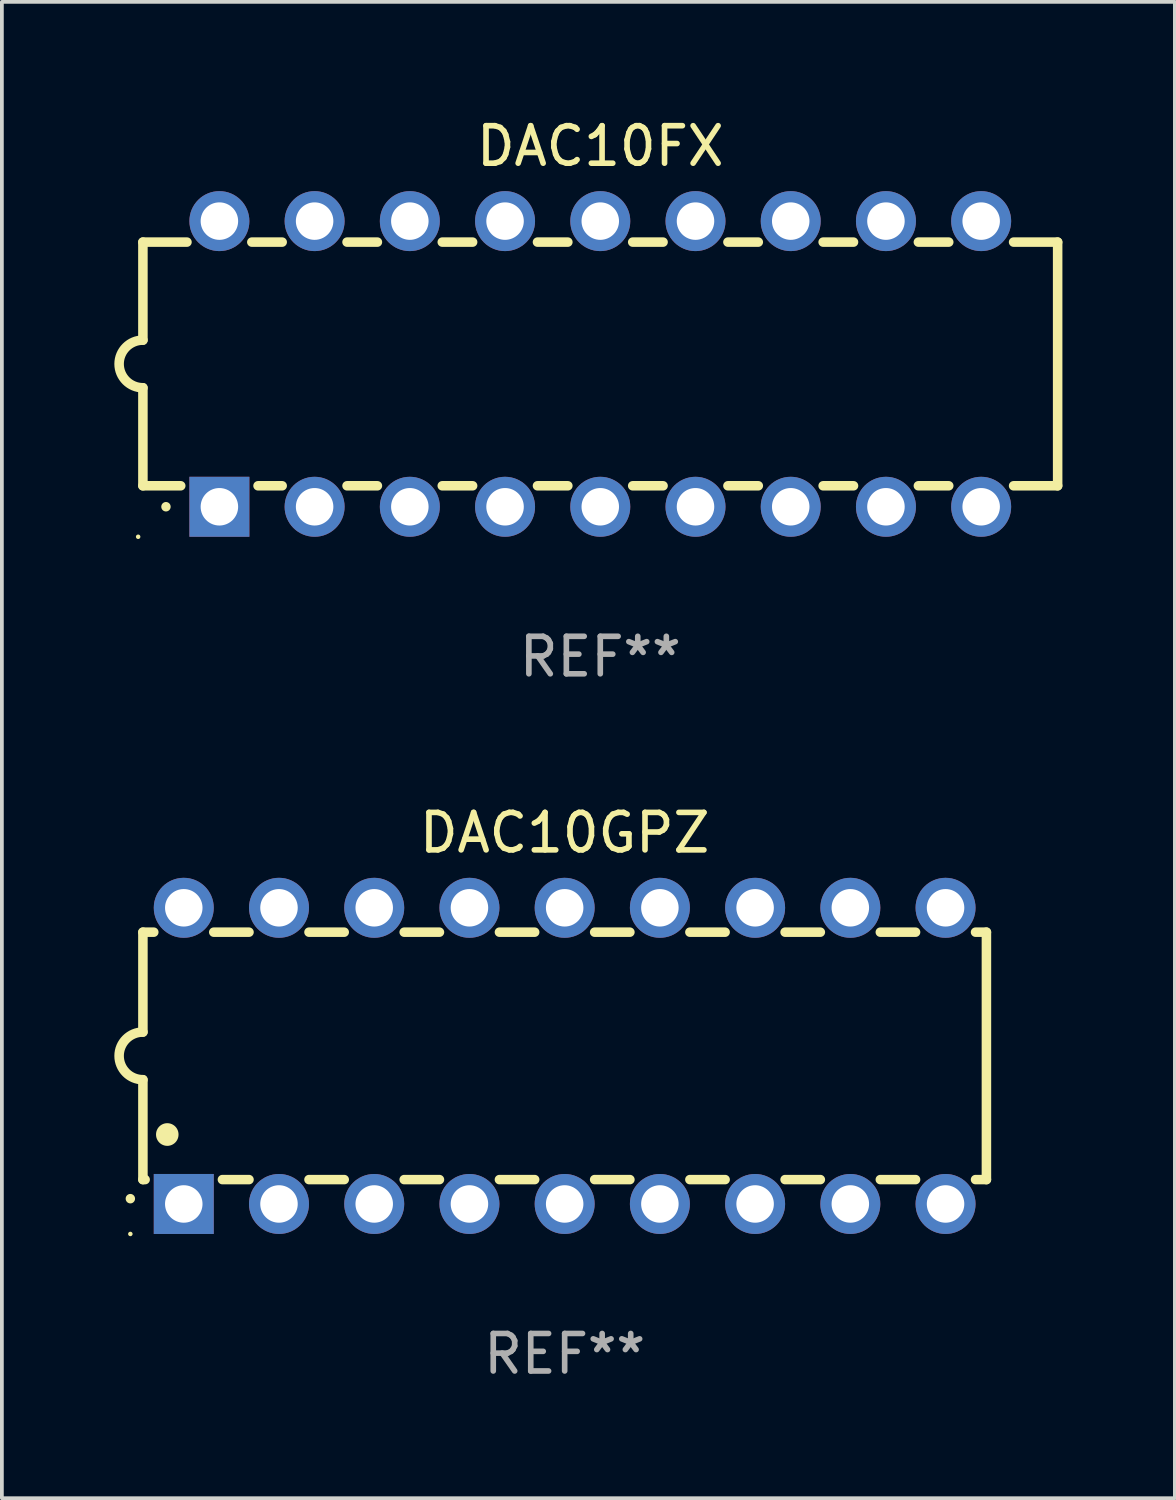
<source format=kicad_pcb>
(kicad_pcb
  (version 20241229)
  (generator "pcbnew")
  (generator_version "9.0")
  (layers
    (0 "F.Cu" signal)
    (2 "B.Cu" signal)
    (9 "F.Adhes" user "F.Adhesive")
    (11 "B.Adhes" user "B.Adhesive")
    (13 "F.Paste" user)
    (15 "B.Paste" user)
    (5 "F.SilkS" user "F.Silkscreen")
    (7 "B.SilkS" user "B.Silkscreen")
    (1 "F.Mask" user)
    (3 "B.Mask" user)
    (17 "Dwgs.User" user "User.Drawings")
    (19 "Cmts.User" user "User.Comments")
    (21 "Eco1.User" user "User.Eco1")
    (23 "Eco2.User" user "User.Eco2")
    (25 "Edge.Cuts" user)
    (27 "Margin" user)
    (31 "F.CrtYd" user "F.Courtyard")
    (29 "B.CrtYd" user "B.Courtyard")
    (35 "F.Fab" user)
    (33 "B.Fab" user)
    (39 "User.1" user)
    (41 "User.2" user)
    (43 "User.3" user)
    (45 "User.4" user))
  (footprint "DAC10GPZ"
    (layer "F.Cu")
    (at 12.012 25.115)
    (property "Reference" "DAC10GPZ" (at 0 -5.95 0) (layer "F.SilkS") (effects (font (size 1 1) (thickness 0.15))))
    (attr through_hole)
    (fp_line (start -11.25 -3.3) (end -11.25 -0.635) (stroke (width 0.254) (type solid)) (layer "F.SilkS"))
    (fp_line (start -11.25 -3.3) (end -10.96 -3.3) (stroke (width 0.254) (type solid)) (layer "F.SilkS"))
    (fp_line (start -11.25 3.3) (end -11.25 0.635) (stroke (width 0.254) (type solid)) (layer "F.SilkS"))
    (fp_line (start -11.25 3.3) (end -11.191 3.3) (stroke (width 0.254) (type solid)) (layer "F.SilkS"))
    (fp_line (start -9.36 -3.3) (end -8.42 -3.3) (stroke (width 0.254) (type solid)) (layer "F.SilkS"))
    (fp_line (start -9.129 3.3) (end -8.42 3.3) (stroke (width 0.254) (type solid)) (layer "F.SilkS"))
    (fp_line (start -6.82 -3.3) (end -5.88 -3.3) (stroke (width 0.254) (type solid)) (layer "F.SilkS"))
    (fp_line (start -6.82 3.3) (end -5.88 3.3) (stroke (width 0.254) (type solid)) (layer "F.SilkS"))
    (fp_line (start -4.28 -3.3) (end -3.34 -3.3) (stroke (width 0.254) (type solid)) (layer "F.SilkS"))
    (fp_line (start -4.28 3.3) (end -3.34 3.3) (stroke (width 0.254) (type solid)) (layer "F.SilkS"))
    (fp_line (start -1.74 -3.3) (end -0.8 -3.3) (stroke (width 0.254) (type solid)) (layer "F.SilkS"))
    (fp_line (start -1.74 3.3) (end -0.8 3.3) (stroke (width 0.254) (type solid)) (layer "F.SilkS"))
    (fp_line (start 0.8 -3.3) (end 1.74 -3.3) (stroke (width 0.254) (type solid)) (layer "F.SilkS"))
    (fp_line (start 0.8 3.3) (end 1.74 3.3) (stroke (width 0.254) (type solid)) (layer "F.SilkS"))
    (fp_line (start 3.34 -3.3) (end 4.28 -3.3) (stroke (width 0.254) (type solid)) (layer "F.SilkS"))
    (fp_line (start 3.34 3.3) (end 4.28 3.3) (stroke (width 0.254) (type solid)) (layer "F.SilkS"))
    (fp_line (start 5.88 -3.3) (end 6.82 -3.3) (stroke (width 0.254) (type solid)) (layer "F.SilkS"))
    (fp_line (start 5.88 3.3) (end 6.82 3.3) (stroke (width 0.254) (type solid)) (layer "F.SilkS"))
    (fp_line (start 8.42 -3.3) (end 9.36 -3.3) (stroke (width 0.254) (type solid)) (layer "F.SilkS"))
    (fp_line (start 8.42 3.3) (end 9.36 3.3) (stroke (width 0.254) (type solid)) (layer "F.SilkS"))
    (fp_line (start 10.96 -3.3) (end 11.25 -3.3) (stroke (width 0.254) (type solid)) (layer "F.SilkS"))
    (fp_line (start 10.96 3.3) (end 11.25 3.3) (stroke (width 0.254) (type solid)) (layer "F.SilkS"))
    (fp_line (start 11.25 -3.3) (end 11.25 3.3) (stroke (width 0.254) (type solid)) (layer "F.SilkS"))
    (fp_arc (start -11.584963 3.810008) (mid -11.58497 3.808738) (end -11.584963 3.807468) (stroke (width 0.25) (type solid)) (layer "F.SilkS"))
    (fp_arc (start -11.250013 0.635001) (mid -11.884684 -0.000165) (end -11.249683 -0.635001) (stroke (width 0.254001) (type solid)) (layer "F.SilkS"))
    (fp_arc (start -10.600025 2.1) (mid -10.600036 2.09746) (end -10.600025 2.09492) (stroke (width 0.6) (type solid)) (layer "F.SilkS"))
    (fp_circle (center -11.585 4.75) (end -11.555 4.75) (stroke (width 0.06) (type solid)) (fill no) (layer "F.SilkS"))
    (fp_text user "REF**" (at 0 7.95 0) (layer "F.Fab") (effects (font (size 1 1) (thickness 0.15))))
    (pad "1" thru_hole rect (at -10.16 3.95 90) (size 1.6 1.6) (drill 1) (layers "*.Cu" "*.Mask"))
    (pad "2" thru_hole circle (at -7.62 3.95 90) (size 1.6 1.6) (drill 1) (layers "*.Cu" "*.Mask"))
    (pad "3" thru_hole circle (at -5.08 3.95 90) (size 1.6 1.6) (drill 1) (layers "*.Cu" "*.Mask"))
    (pad "4" thru_hole circle (at -2.54 3.95 90) (size 1.6 1.6) (drill 1) (layers "*.Cu" "*.Mask"))
    (pad "5" thru_hole circle (at 0 3.95 90) (size 1.6 1.6) (drill 1) (layers "*.Cu" "*.Mask"))
    (pad "6" thru_hole circle (at 2.54 3.95 90) (size 1.6 1.6) (drill 1) (layers "*.Cu" "*.Mask"))
    (pad "7" thru_hole circle (at 5.08 3.95 90) (size 1.6 1.6) (drill 1) (layers "*.Cu" "*.Mask"))
    (pad "8" thru_hole circle (at 7.62 3.95 90) (size 1.6 1.6) (drill 1) (layers "*.Cu" "*.Mask"))
    (pad "9" thru_hole circle (at 10.16 3.95 90) (size 1.6 1.6) (drill 1) (layers "*.Cu" "*.Mask"))
    (pad "10" thru_hole circle (at 10.16 -3.95 90) (size 1.6 1.6) (drill 1) (layers "*.Cu" "*.Mask"))
    (pad "11" thru_hole circle (at 7.62 -3.95 90) (size 1.6 1.6) (drill 1) (layers "*.Cu" "*.Mask"))
    (pad "12" thru_hole circle (at 5.08 -3.95 90) (size 1.6 1.6) (drill 1) (layers "*.Cu" "*.Mask"))
    (pad "13" thru_hole circle (at 2.54 -3.95 90) (size 1.6 1.6) (drill 1) (layers "*.Cu" "*.Mask"))
    (pad "14" thru_hole circle (at 0 -3.95 90) (size 1.6 1.6) (drill 1) (layers "*.Cu" "*.Mask"))
    (pad "15" thru_hole circle (at -2.54 -3.95 90) (size 1.6 1.6) (drill 1) (layers "*.Cu" "*.Mask"))
    (pad "16" thru_hole circle (at -5.08 -3.95 90) (size 1.6 1.6) (drill 1) (layers "*.Cu" "*.Mask"))
    (pad "17" thru_hole circle (at -7.62 -3.95 90) (size 1.6 1.6) (drill 1) (layers "*.Cu" "*.Mask"))
    (pad "18" thru_hole circle (at -10.16 -3.95 90) (size 1.6 1.6) (drill 1) (layers "*.Cu" "*.Mask")))
  (footprint "DAC10FX"
    (layer "F.Cu")
    (at 12.962 6.658)
    (property "Reference" "DAC10FX" (at 0 -5.81 0) (layer "F.SilkS") (effects (font (size 1 1) (thickness 0.15))))
    (attr through_hole)
    (fp_line (start -12.2 -3.25) (end -12.2 -0.635) (stroke (width 0.254) (type solid)) (layer "F.SilkS"))
    (fp_line (start -12.2 3.25) (end -12.2 0.635) (stroke (width 0.254) (type solid)) (layer "F.SilkS"))
    (fp_line (start -12.2 3.25) (end -11.191 3.25) (stroke (width 0.254) (type solid)) (layer "F.SilkS"))
    (fp_line (start -11.025 -3.25) (end -12.2 -3.25) (stroke (width 0.254) (type solid)) (layer "F.SilkS"))
    (fp_line (start -9.129 3.25) (end -8.485 3.25) (stroke (width 0.254) (type solid)) (layer "F.SilkS"))
    (fp_line (start -8.485 -3.25) (end -9.295 -3.25) (stroke (width 0.254) (type solid)) (layer "F.SilkS"))
    (fp_line (start -6.755 3.25) (end -5.945 3.25) (stroke (width 0.254) (type solid)) (layer "F.SilkS"))
    (fp_line (start -5.945 -3.25) (end -6.755 -3.25) (stroke (width 0.254) (type solid)) (layer "F.SilkS"))
    (fp_line (start -4.215 3.25) (end -3.405 3.25) (stroke (width 0.254) (type solid)) (layer "F.SilkS"))
    (fp_line (start -3.405 -3.25) (end -4.215 -3.25) (stroke (width 0.254) (type solid)) (layer "F.SilkS"))
    (fp_line (start -1.675 3.25) (end -0.865 3.25) (stroke (width 0.254) (type solid)) (layer "F.SilkS"))
    (fp_line (start -0.865 -3.25) (end -1.675 -3.25) (stroke (width 0.254) (type solid)) (layer "F.SilkS"))
    (fp_line (start 0.865 3.25) (end 1.675 3.25) (stroke (width 0.254) (type solid)) (layer "F.SilkS"))
    (fp_line (start 1.675 -3.25) (end 0.865 -3.25) (stroke (width 0.254) (type solid)) (layer "F.SilkS"))
    (fp_line (start 3.405 3.25) (end 4.215 3.25) (stroke (width 0.254) (type solid)) (layer "F.SilkS"))
    (fp_line (start 4.215 -3.25) (end 3.405 -3.25) (stroke (width 0.254) (type solid)) (layer "F.SilkS"))
    (fp_line (start 5.945 3.25) (end 6.755 3.25) (stroke (width 0.254) (type solid)) (layer "F.SilkS"))
    (fp_line (start 6.755 -3.25) (end 5.945 -3.25) (stroke (width 0.254) (type solid)) (layer "F.SilkS"))
    (fp_line (start 8.485 3.25) (end 9.295 3.25) (stroke (width 0.254) (type solid)) (layer "F.SilkS"))
    (fp_line (start 9.295 -3.25) (end 8.485 -3.25) (stroke (width 0.254) (type solid)) (layer "F.SilkS"))
    (fp_line (start 11.025 3.25) (end 12.2 3.25) (stroke (width 0.254) (type solid)) (layer "F.SilkS"))
    (fp_line (start 12.2 -3.25) (end 11.025 -3.25) (stroke (width 0.254) (type solid)) (layer "F.SilkS"))
    (fp_line (start 12.2 -3.25) (end 12.2 3.25) (stroke (width 0.254) (type solid)) (layer "F.SilkS"))
    (fp_arc (start -12.200025 0.635001) (mid -12.834645 -0.000191) (end -12.199644 -0.635001) (stroke (width 0.254001) (type solid)) (layer "F.SilkS"))
    (fp_arc (start -11.584963 3.810008) (mid -11.58497 3.808738) (end -11.584963 3.807468) (stroke (width 0.25) (type solid)) (layer "F.SilkS"))
    (fp_circle (center -12.327 4.61) (end -12.297 4.61) (stroke (width 0.06) (type solid)) (fill no) (layer "F.SilkS"))
    (fp_text user "REF**" (at 0 7.81 0) (layer "F.Fab") (effects (font (size 1 1) (thickness 0.15))))
    (pad "1" thru_hole rect (at -10.16 3.81 90) (size 1.6 1.6) (drill 1) (layers "*.Cu" "*.Mask"))
    (pad "2" thru_hole circle (at -7.62 3.81 90) (size 1.6 1.6) (drill 1) (layers "*.Cu" "*.Mask"))
    (pad "3" thru_hole circle (at -5.08 3.81 90) (size 1.6 1.6) (drill 1) (layers "*.Cu" "*.Mask"))
    (pad "4" thru_hole circle (at -2.54 3.81 90) (size 1.6 1.6) (drill 1) (layers "*.Cu" "*.Mask"))
    (pad "5" thru_hole circle (at 0 3.81 90) (size 1.6 1.6) (drill 1) (layers "*.Cu" "*.Mask"))
    (pad "6" thru_hole circle (at 2.54 3.81 90) (size 1.6 1.6) (drill 1) (layers "*.Cu" "*.Mask"))
    (pad "7" thru_hole circle (at 5.08 3.81 90) (size 1.6 1.6) (drill 1) (layers "*.Cu" "*.Mask"))
    (pad "8" thru_hole circle (at 7.62 3.81 90) (size 1.6 1.6) (drill 1) (layers "*.Cu" "*.Mask"))
    (pad "9" thru_hole circle (at 10.16 3.81 90) (size 1.6 1.6) (drill 1) (layers "*.Cu" "*.Mask"))
    (pad "10" thru_hole circle (at 10.16 -3.81 90) (size 1.6 1.6) (drill 1) (layers "*.Cu" "*.Mask"))
    (pad "11" thru_hole circle (at 7.62 -3.81 90) (size 1.6 1.6) (drill 1) (layers "*.Cu" "*.Mask"))
    (pad "12" thru_hole circle (at 5.08 -3.81 90) (size 1.6 1.6) (drill 1) (layers "*.Cu" "*.Mask"))
    (pad "13" thru_hole circle (at 2.54 -3.81 90) (size 1.6 1.6) (drill 1) (layers "*.Cu" "*.Mask"))
    (pad "14" thru_hole circle (at 0 -3.81 90) (size 1.6 1.6) (drill 1) (layers "*.Cu" "*.Mask"))
    (pad "15" thru_hole circle (at -2.54 -3.81 90) (size 1.6 1.6) (drill 1) (layers "*.Cu" "*.Mask"))
    (pad "16" thru_hole circle (at -5.08 -3.81 90) (size 1.6 1.6) (drill 1) (layers "*.Cu" "*.Mask"))
    (pad "17" thru_hole circle (at -7.62 -3.81 90) (size 1.6 1.6) (drill 1) (layers "*.Cu" "*.Mask"))
    (pad "18" thru_hole circle (at -10.16 -3.81 90) (size 1.6 1.6) (drill 1) (layers "*.Cu" "*.Mask")))
  (gr_rect
    (start -3 -3)
    (end 28.289 36.913)
    (stroke (width 0.1) (type default))
    (fill no)
    (layer "Edge.Cuts")))
</source>
